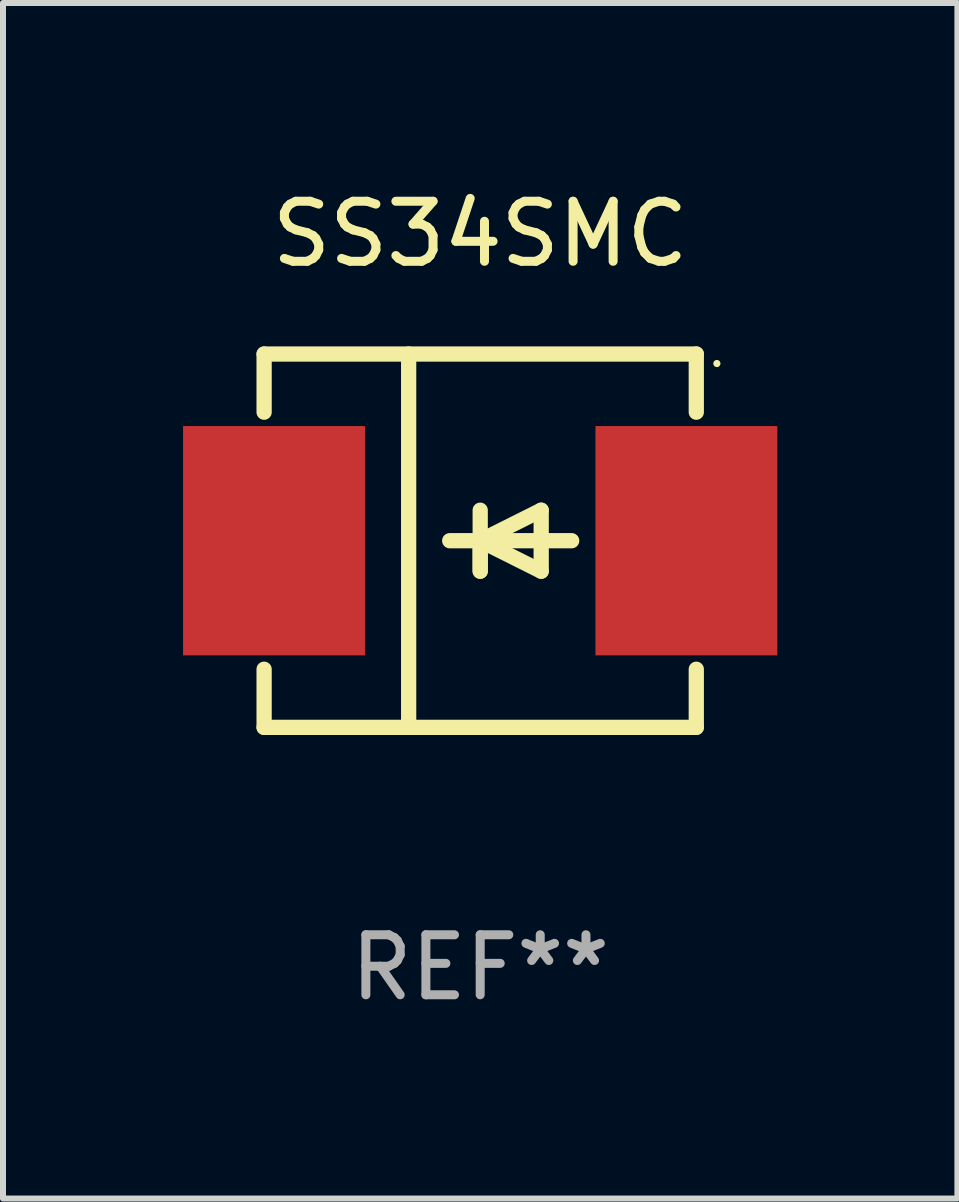
<source format=kicad_pcb>
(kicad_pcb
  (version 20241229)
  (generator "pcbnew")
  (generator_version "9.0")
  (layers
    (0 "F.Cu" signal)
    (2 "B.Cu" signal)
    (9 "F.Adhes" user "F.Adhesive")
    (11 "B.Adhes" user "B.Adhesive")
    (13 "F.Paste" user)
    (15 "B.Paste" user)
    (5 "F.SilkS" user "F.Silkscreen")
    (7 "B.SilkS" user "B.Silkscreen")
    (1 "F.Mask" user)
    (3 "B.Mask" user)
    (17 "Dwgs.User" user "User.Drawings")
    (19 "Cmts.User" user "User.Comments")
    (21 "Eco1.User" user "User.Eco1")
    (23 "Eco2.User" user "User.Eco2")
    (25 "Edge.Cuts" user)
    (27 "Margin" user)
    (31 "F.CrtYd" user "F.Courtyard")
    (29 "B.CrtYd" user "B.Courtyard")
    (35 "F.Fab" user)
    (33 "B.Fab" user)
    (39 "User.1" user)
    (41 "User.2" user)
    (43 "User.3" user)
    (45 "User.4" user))
  (footprint "SS34SMC"
    (layer "F.Cu")
    (at 4.95 5.958)
    (property "Reference" "SS34SMC" (at 0 -5.11 0) (layer "F.SilkS") (effects (font (size 1 1) (thickness 0.15))))
    (attr through_hole)
    (fp_line (start -3.6 -3.11) (end -3.6 -2.141) (stroke (width 0.254) (type solid)) (layer "F.SilkS"))
    (fp_line (start -3.6 -3.11) (end 3.6 -3.11) (stroke (width 0.254) (type solid)) (layer "F.SilkS"))
    (fp_line (start -3.6 2.141) (end -3.6 3.11) (stroke (width 0.254) (type solid)) (layer "F.SilkS"))
    (fp_line (start -3.6 3.11) (end 3.6 3.11) (stroke (width 0.254) (type solid)) (layer "F.SilkS"))
    (fp_line (start -1.192 -3.11) (end -1.192 3.11) (stroke (width 0.254) (type solid)) (layer "F.SilkS"))
    (fp_line (start 0 0) (end 0 0.508) (stroke (width 0.254) (type solid)) (layer "F.SilkS"))
    (fp_line (start 0 0) (end 1.016 0.508) (stroke (width 0.254) (type solid)) (layer "F.SilkS"))
    (fp_line (start 0 0.508) (end 0 -0.508) (stroke (width 0.254) (type solid)) (layer "F.SilkS"))
    (fp_line (start 1.016 -0.508) (end 0 0) (stroke (width 0.254) (type solid)) (layer "F.SilkS"))
    (fp_line (start 1.016 0.508) (end 1.016 -0.508) (stroke (width 0.254) (type solid)) (layer "F.SilkS"))
    (fp_line (start 1.524 0) (end -0.508 0) (stroke (width 0.254) (type solid)) (layer "F.SilkS"))
    (fp_line (start 3.6 -3.11) (end 3.6 -2.141) (stroke (width 0.254) (type solid)) (layer "F.SilkS"))
    (fp_line (start 3.6 2.141) (end 3.6 3.11) (stroke (width 0.254) (type solid)) (layer "F.SilkS"))
    (fp_circle (center 3.943 -2.952) (end 3.973 -2.952) (stroke (width 0.06) (type solid)) (fill no) (layer "F.SilkS"))
    (fp_text user "REF**" (at 0 7.11 0) (layer "F.Fab") (effects (font (size 1 1) (thickness 0.15))))
    (pad "1" smd rect (at 3.435 0 180) (size 3.03 3.82) (layers "F.Cu" "F.Mask" "F.Paste"))
    (pad "2" smd rect (at -3.435 0 180) (size 3.03 3.82) (layers "F.Cu" "F.Mask" "F.Paste")))
  (gr_rect
    (start -3 -3)
    (end 12.9 16.917)
    (stroke (width 0.1) (type default))
    (fill no)
    (layer "Edge.Cuts")))
</source>
